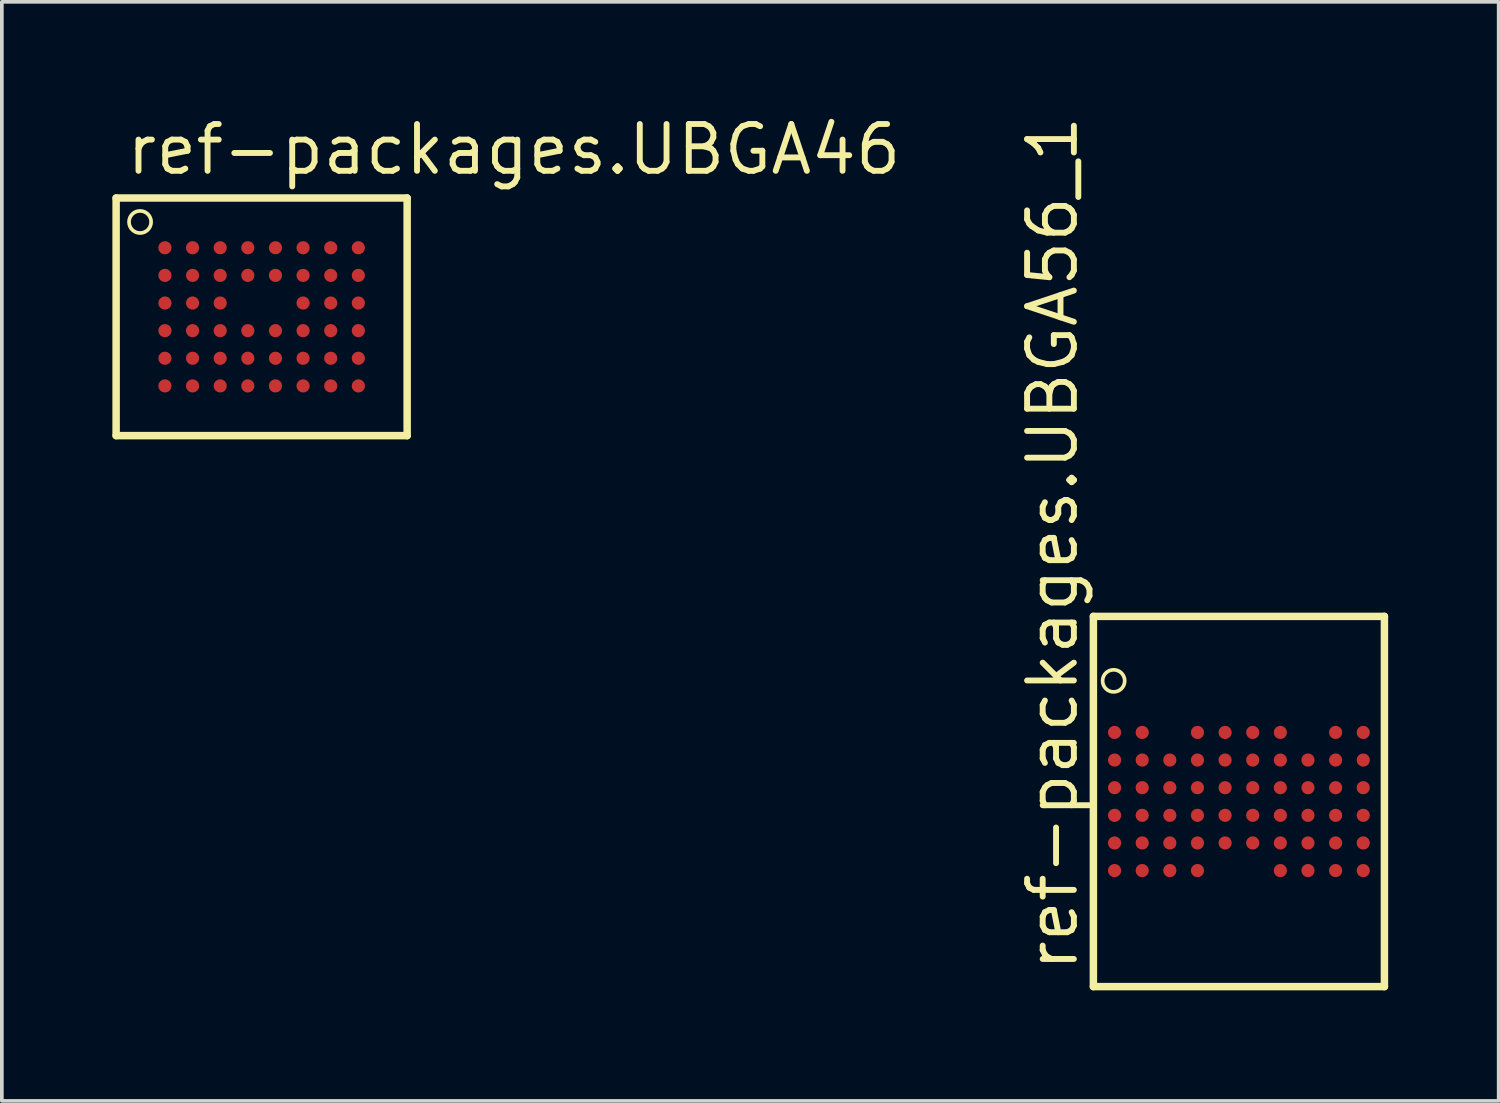
<source format=kicad_pcb>
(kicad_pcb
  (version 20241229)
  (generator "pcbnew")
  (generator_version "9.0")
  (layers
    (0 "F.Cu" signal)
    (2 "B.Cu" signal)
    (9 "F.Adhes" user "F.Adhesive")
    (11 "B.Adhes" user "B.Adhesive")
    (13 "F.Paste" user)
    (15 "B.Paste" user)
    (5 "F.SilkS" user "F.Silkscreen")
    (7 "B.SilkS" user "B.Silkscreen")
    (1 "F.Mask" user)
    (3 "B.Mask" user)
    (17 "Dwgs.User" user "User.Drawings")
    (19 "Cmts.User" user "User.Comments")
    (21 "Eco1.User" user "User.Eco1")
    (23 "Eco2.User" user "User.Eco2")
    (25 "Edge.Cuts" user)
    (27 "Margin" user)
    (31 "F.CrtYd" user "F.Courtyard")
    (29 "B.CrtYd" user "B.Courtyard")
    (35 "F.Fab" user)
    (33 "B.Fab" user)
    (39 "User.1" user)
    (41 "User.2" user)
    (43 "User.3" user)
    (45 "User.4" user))
  (footprint "ref-packages.UBGA46"
    (layer "F.Cu")
    (at 4.052 5.55)
    (property "Reference" "ref-packages.UBGA46" (at -3.75 -3.8 0) (layer "F.SilkS") (effects (font (size 1.27 1.27) (thickness 0.16)) (justify left bottom)))
    (attr smd)
    (fp_line (start -3.95 -3.225) (end -3.95 3.225) (stroke (width 0.203) (type default)) (layer "F.SilkS"))
    (fp_line (start -3.95 3.225) (end 3.95 3.225) (stroke (width 0.203) (type default)) (layer "F.SilkS"))
    (fp_line (start 3.95 -3.225) (end -3.95 -3.225) (stroke (width 0.203) (type default)) (layer "F.SilkS"))
    (fp_line (start 3.95 3.225) (end 3.95 -3.225) (stroke (width 0.203) (type default)) (layer "F.SilkS"))
    (fp_circle (center -3.3 -2.575) (end -3 -2.575) (stroke (width 0.1) (type default)) (fill no) (layer "F.SilkS"))
    (pad "A1" smd roundrect (at -2.625 -1.875) (size 0.36 0.36) (layers "F.Cu" "F.Mask" "F.Paste") (roundrect_rratio 0.5))
    (pad "A2" smd roundrect (at -1.875 -1.875) (size 0.36 0.36) (layers "F.Cu" "F.Mask" "F.Paste") (roundrect_rratio 0.5))
    (pad "A3" smd roundrect (at -1.125 -1.875) (size 0.36 0.36) (layers "F.Cu" "F.Mask" "F.Paste") (roundrect_rratio 0.5))
    (pad "A4" smd roundrect (at -0.375 -1.875) (size 0.36 0.36) (layers "F.Cu" "F.Mask" "F.Paste") (roundrect_rratio 0.5))
    (pad "A5" smd roundrect (at 0.375 -1.875) (size 0.36 0.36) (layers "F.Cu" "F.Mask" "F.Paste") (roundrect_rratio 0.5))
    (pad "A6" smd roundrect (at 1.125 -1.875) (size 0.36 0.36) (layers "F.Cu" "F.Mask" "F.Paste") (roundrect_rratio 0.5))
    (pad "A7" smd roundrect (at 1.875 -1.875) (size 0.36 0.36) (layers "F.Cu" "F.Mask" "F.Paste") (roundrect_rratio 0.5))
    (pad "A8" smd roundrect (at 2.625 -1.875) (size 0.36 0.36) (layers "F.Cu" "F.Mask" "F.Paste") (roundrect_rratio 0.5))
    (pad "B1" smd roundrect (at -2.625 -1.125) (size 0.36 0.36) (layers "F.Cu" "F.Mask" "F.Paste") (roundrect_rratio 0.5))
    (pad "B2" smd roundrect (at -1.875 -1.125) (size 0.36 0.36) (layers "F.Cu" "F.Mask" "F.Paste") (roundrect_rratio 0.5))
    (pad "B3" smd roundrect (at -1.125 -1.125) (size 0.36 0.36) (layers "F.Cu" "F.Mask" "F.Paste") (roundrect_rratio 0.5))
    (pad "B4" smd roundrect (at -0.375 -1.125) (size 0.36 0.36) (layers "F.Cu" "F.Mask" "F.Paste") (roundrect_rratio 0.5))
    (pad "B5" smd roundrect (at 0.375 -1.125) (size 0.36 0.36) (layers "F.Cu" "F.Mask" "F.Paste") (roundrect_rratio 0.5))
    (pad "B6" smd roundrect (at 1.125 -1.125) (size 0.36 0.36) (layers "F.Cu" "F.Mask" "F.Paste") (roundrect_rratio 0.5))
    (pad "B7" smd roundrect (at 1.875 -1.125) (size 0.36 0.36) (layers "F.Cu" "F.Mask" "F.Paste") (roundrect_rratio 0.5))
    (pad "B8" smd roundrect (at 2.625 -1.125) (size 0.36 0.36) (layers "F.Cu" "F.Mask" "F.Paste") (roundrect_rratio 0.5))
    (pad "C1" smd roundrect (at -2.625 -0.375) (size 0.36 0.36) (layers "F.Cu" "F.Mask" "F.Paste") (roundrect_rratio 0.5))
    (pad "C2" smd roundrect (at -1.875 -0.375) (size 0.36 0.36) (layers "F.Cu" "F.Mask" "F.Paste") (roundrect_rratio 0.5))
    (pad "C3" smd roundrect (at -1.125 -0.375) (size 0.36 0.36) (layers "F.Cu" "F.Mask" "F.Paste") (roundrect_rratio 0.5))
    (pad "C6" smd roundrect (at 1.125 -0.375) (size 0.36 0.36) (layers "F.Cu" "F.Mask" "F.Paste") (roundrect_rratio 0.5))
    (pad "C7" smd roundrect (at 1.875 -0.375) (size 0.36 0.36) (layers "F.Cu" "F.Mask" "F.Paste") (roundrect_rratio 0.5))
    (pad "C8" smd roundrect (at 2.625 -0.375) (size 0.36 0.36) (layers "F.Cu" "F.Mask" "F.Paste") (roundrect_rratio 0.5))
    (pad "D1" smd roundrect (at -2.625 0.375) (size 0.36 0.36) (layers "F.Cu" "F.Mask" "F.Paste") (roundrect_rratio 0.5))
    (pad "D2" smd roundrect (at -1.875 0.375) (size 0.36 0.36) (layers "F.Cu" "F.Mask" "F.Paste") (roundrect_rratio 0.5))
    (pad "D3" smd roundrect (at -1.125 0.375) (size 0.36 0.36) (layers "F.Cu" "F.Mask" "F.Paste") (roundrect_rratio 0.5))
    (pad "D4" smd roundrect (at -0.375 0.375) (size 0.36 0.36) (layers "F.Cu" "F.Mask" "F.Paste") (roundrect_rratio 0.5))
    (pad "D5" smd roundrect (at 0.375 0.375) (size 0.36 0.36) (layers "F.Cu" "F.Mask" "F.Paste") (roundrect_rratio 0.5))
    (pad "D6" smd roundrect (at 1.125 0.375) (size 0.36 0.36) (layers "F.Cu" "F.Mask" "F.Paste") (roundrect_rratio 0.5))
    (pad "D7" smd roundrect (at 1.875 0.375) (size 0.36 0.36) (layers "F.Cu" "F.Mask" "F.Paste") (roundrect_rratio 0.5))
    (pad "D8" smd roundrect (at 2.625 0.375) (size 0.36 0.36) (layers "F.Cu" "F.Mask" "F.Paste") (roundrect_rratio 0.5))
    (pad "E1" smd roundrect (at -2.625 1.125) (size 0.36 0.36) (layers "F.Cu" "F.Mask" "F.Paste") (roundrect_rratio 0.5))
    (pad "E2" smd roundrect (at -1.875 1.125) (size 0.36 0.36) (layers "F.Cu" "F.Mask" "F.Paste") (roundrect_rratio 0.5))
    (pad "E3" smd roundrect (at -1.125 1.125) (size 0.36 0.36) (layers "F.Cu" "F.Mask" "F.Paste") (roundrect_rratio 0.5))
    (pad "E4" smd roundrect (at -0.375 1.125) (size 0.36 0.36) (layers "F.Cu" "F.Mask" "F.Paste") (roundrect_rratio 0.5))
    (pad "E5" smd roundrect (at 0.375 1.125) (size 0.36 0.36) (layers "F.Cu" "F.Mask" "F.Paste") (roundrect_rratio 0.5))
    (pad "E6" smd roundrect (at 1.125 1.125) (size 0.36 0.36) (layers "F.Cu" "F.Mask" "F.Paste") (roundrect_rratio 0.5))
    (pad "E7" smd roundrect (at 1.875 1.125) (size 0.36 0.36) (layers "F.Cu" "F.Mask" "F.Paste") (roundrect_rratio 0.5))
    (pad "E8" smd roundrect (at 2.625 1.125) (size 0.36 0.36) (layers "F.Cu" "F.Mask" "F.Paste") (roundrect_rratio 0.5))
    (pad "F1" smd roundrect (at -2.625 1.875) (size 0.36 0.36) (layers "F.Cu" "F.Mask" "F.Paste") (roundrect_rratio 0.5))
    (pad "F2" smd roundrect (at -1.875 1.875) (size 0.36 0.36) (layers "F.Cu" "F.Mask" "F.Paste") (roundrect_rratio 0.5))
    (pad "F3" smd roundrect (at -1.125 1.875) (size 0.36 0.36) (layers "F.Cu" "F.Mask" "F.Paste") (roundrect_rratio 0.5))
    (pad "F4" smd roundrect (at -0.375 1.875) (size 0.36 0.36) (layers "F.Cu" "F.Mask" "F.Paste") (roundrect_rratio 0.5))
    (pad "F5" smd roundrect (at 0.375 1.875) (size 0.36 0.36) (layers "F.Cu" "F.Mask" "F.Paste") (roundrect_rratio 0.5))
    (pad "F6" smd roundrect (at 1.125 1.875) (size 0.36 0.36) (layers "F.Cu" "F.Mask" "F.Paste") (roundrect_rratio 0.5))
    (pad "F7" smd roundrect (at 1.875 1.875) (size 0.36 0.36) (layers "F.Cu" "F.Mask" "F.Paste") (roundrect_rratio 0.5))
    (pad "F8" smd roundrect (at 2.625 1.875) (size 0.36 0.36) (layers "F.Cu" "F.Mask" "F.Paste") (roundrect_rratio 0.5)))
  (footprint "ref-packages.UBGA56_1"
    (layer "F.Cu")
    (at 30.579 18.706)
    (property "Reference" "ref-packages.UBGA56_1" (at -4.316 4.682 90) (layer "F.SilkS") (effects (font (size 1.27 1.27) (thickness 0.16)) (justify left bottom)))
    (attr smd)
    (fp_line (start -3.95 -5.025) (end -3.95 5.025) (stroke (width 0.203) (type default)) (layer "F.SilkS"))
    (fp_line (start -3.95 5.025) (end 3.95 5.025) (stroke (width 0.203) (type default)) (layer "F.SilkS"))
    (fp_line (start 3.95 -5.025) (end -3.95 -5.025) (stroke (width 0.203) (type default)) (layer "F.SilkS"))
    (fp_line (start 3.95 5.025) (end 3.95 -5.025) (stroke (width 0.203) (type default)) (layer "F.SilkS"))
    (fp_circle (center -3.4 -3.275) (end -3.1 -3.275) (stroke (width 0.1) (type default)) (fill no) (layer "F.SilkS"))
    (pad "A1" smd roundrect (at -3.375 -1.875) (size 0.36 0.36) (layers "F.Cu" "F.Mask" "F.Paste") (roundrect_rratio 0.5))
    (pad "A2" smd roundrect (at -2.625 -1.875) (size 0.36 0.36) (layers "F.Cu" "F.Mask" "F.Paste") (roundrect_rratio 0.5))
    (pad "A4" smd roundrect (at -1.125 -1.875) (size 0.36 0.36) (layers "F.Cu" "F.Mask" "F.Paste") (roundrect_rratio 0.5))
    (pad "A5" smd roundrect (at -0.375 -1.875) (size 0.36 0.36) (layers "F.Cu" "F.Mask" "F.Paste") (roundrect_rratio 0.5))
    (pad "A6" smd roundrect (at 0.375 -1.875) (size 0.36 0.36) (layers "F.Cu" "F.Mask" "F.Paste") (roundrect_rratio 0.5))
    (pad "A7" smd roundrect (at 1.125 -1.875) (size 0.36 0.36) (layers "F.Cu" "F.Mask" "F.Paste") (roundrect_rratio 0.5))
    (pad "A9" smd roundrect (at 2.625 -1.875) (size 0.36 0.36) (layers "F.Cu" "F.Mask" "F.Paste") (roundrect_rratio 0.5))
    (pad "A10" smd roundrect (at 3.375 -1.875) (size 0.36 0.36) (layers "F.Cu" "F.Mask" "F.Paste") (roundrect_rratio 0.5))
    (pad "B1" smd roundrect (at -3.375 -1.125) (size 0.36 0.36) (layers "F.Cu" "F.Mask" "F.Paste") (roundrect_rratio 0.5))
    (pad "B2" smd roundrect (at -2.625 -1.125) (size 0.36 0.36) (layers "F.Cu" "F.Mask" "F.Paste") (roundrect_rratio 0.5))
    (pad "B3" smd roundrect (at -1.875 -1.125) (size 0.36 0.36) (layers "F.Cu" "F.Mask" "F.Paste") (roundrect_rratio 0.5))
    (pad "B4" smd roundrect (at -1.125 -1.125) (size 0.36 0.36) (layers "F.Cu" "F.Mask" "F.Paste") (roundrect_rratio 0.5))
    (pad "B5" smd roundrect (at -0.375 -1.125) (size 0.36 0.36) (layers "F.Cu" "F.Mask" "F.Paste") (roundrect_rratio 0.5))
    (pad "B6" smd roundrect (at 0.375 -1.125) (size 0.36 0.36) (layers "F.Cu" "F.Mask" "F.Paste") (roundrect_rratio 0.5))
    (pad "B7" smd roundrect (at 1.125 -1.125) (size 0.36 0.36) (layers "F.Cu" "F.Mask" "F.Paste") (roundrect_rratio 0.5))
    (pad "B8" smd roundrect (at 1.875 -1.125) (size 0.36 0.36) (layers "F.Cu" "F.Mask" "F.Paste") (roundrect_rratio 0.5))
    (pad "B9" smd roundrect (at 2.625 -1.125) (size 0.36 0.36) (layers "F.Cu" "F.Mask" "F.Paste") (roundrect_rratio 0.5))
    (pad "B10" smd roundrect (at 3.375 -1.125) (size 0.36 0.36) (layers "F.Cu" "F.Mask" "F.Paste") (roundrect_rratio 0.5))
    (pad "C1" smd roundrect (at -3.375 -0.375) (size 0.36 0.36) (layers "F.Cu" "F.Mask" "F.Paste") (roundrect_rratio 0.5))
    (pad "C2" smd roundrect (at -2.625 -0.375) (size 0.36 0.36) (layers "F.Cu" "F.Mask" "F.Paste") (roundrect_rratio 0.5))
    (pad "C3" smd roundrect (at -1.875 -0.375) (size 0.36 0.36) (layers "F.Cu" "F.Mask" "F.Paste") (roundrect_rratio 0.5))
    (pad "C4" smd roundrect (at -1.125 -0.375) (size 0.36 0.36) (layers "F.Cu" "F.Mask" "F.Paste") (roundrect_rratio 0.5))
    (pad "C5" smd roundrect (at -0.375 -0.375) (size 0.36 0.36) (layers "F.Cu" "F.Mask" "F.Paste") (roundrect_rratio 0.5))
    (pad "C6" smd roundrect (at 0.375 -0.375) (size 0.36 0.36) (layers "F.Cu" "F.Mask" "F.Paste") (roundrect_rratio 0.5))
    (pad "C7" smd roundrect (at 1.125 -0.375) (size 0.36 0.36) (layers "F.Cu" "F.Mask" "F.Paste") (roundrect_rratio 0.5))
    (pad "C8" smd roundrect (at 1.875 -0.375) (size 0.36 0.36) (layers "F.Cu" "F.Mask" "F.Paste") (roundrect_rratio 0.5))
    (pad "C9" smd roundrect (at 2.625 -0.375) (size 0.36 0.36) (layers "F.Cu" "F.Mask" "F.Paste") (roundrect_rratio 0.5))
    (pad "C10" smd roundrect (at 3.375 -0.375) (size 0.36 0.36) (layers "F.Cu" "F.Mask" "F.Paste") (roundrect_rratio 0.5))
    (pad "D1" smd roundrect (at -3.375 0.375) (size 0.36 0.36) (layers "F.Cu" "F.Mask" "F.Paste") (roundrect_rratio 0.5))
    (pad "D2" smd roundrect (at -2.625 0.375) (size 0.36 0.36) (layers "F.Cu" "F.Mask" "F.Paste") (roundrect_rratio 0.5))
    (pad "D3" smd roundrect (at -1.875 0.375) (size 0.36 0.36) (layers "F.Cu" "F.Mask" "F.Paste") (roundrect_rratio 0.5))
    (pad "D4" smd roundrect (at -1.125 0.375) (size 0.36 0.36) (layers "F.Cu" "F.Mask" "F.Paste") (roundrect_rratio 0.5))
    (pad "D5" smd roundrect (at -0.375 0.375) (size 0.36 0.36) (layers "F.Cu" "F.Mask" "F.Paste") (roundrect_rratio 0.5))
    (pad "D6" smd roundrect (at 0.375 0.375) (size 0.36 0.36) (layers "F.Cu" "F.Mask" "F.Paste") (roundrect_rratio 0.5))
    (pad "D7" smd roundrect (at 1.125 0.375) (size 0.36 0.36) (layers "F.Cu" "F.Mask" "F.Paste") (roundrect_rratio 0.5))
    (pad "D8" smd roundrect (at 1.875 0.375) (size 0.36 0.36) (layers "F.Cu" "F.Mask" "F.Paste") (roundrect_rratio 0.5))
    (pad "D9" smd roundrect (at 2.625 0.375) (size 0.36 0.36) (layers "F.Cu" "F.Mask" "F.Paste") (roundrect_rratio 0.5))
    (pad "D10" smd roundrect (at 3.375 0.375) (size 0.36 0.36) (layers "F.Cu" "F.Mask" "F.Paste") (roundrect_rratio 0.5))
    (pad "E1" smd roundrect (at -3.375 1.125) (size 0.36 0.36) (layers "F.Cu" "F.Mask" "F.Paste") (roundrect_rratio 0.5))
    (pad "E2" smd roundrect (at -2.625 1.125) (size 0.36 0.36) (layers "F.Cu" "F.Mask" "F.Paste") (roundrect_rratio 0.5))
    (pad "E3" smd roundrect (at -1.875 1.125) (size 0.36 0.36) (layers "F.Cu" "F.Mask" "F.Paste") (roundrect_rratio 0.5))
    (pad "E4" smd roundrect (at -1.125 1.125) (size 0.36 0.36) (layers "F.Cu" "F.Mask" "F.Paste") (roundrect_rratio 0.5))
    (pad "E5" smd roundrect (at -0.375 1.125) (size 0.36 0.36) (layers "F.Cu" "F.Mask" "F.Paste") (roundrect_rratio 0.5))
    (pad "E6" smd roundrect (at 0.375 1.125) (size 0.36 0.36) (layers "F.Cu" "F.Mask" "F.Paste") (roundrect_rratio 0.5))
    (pad "E7" smd roundrect (at 1.125 1.125) (size 0.36 0.36) (layers "F.Cu" "F.Mask" "F.Paste") (roundrect_rratio 0.5))
    (pad "E8" smd roundrect (at 1.875 1.125) (size 0.36 0.36) (layers "F.Cu" "F.Mask" "F.Paste") (roundrect_rratio 0.5))
    (pad "E9" smd roundrect (at 2.625 1.125) (size 0.36 0.36) (layers "F.Cu" "F.Mask" "F.Paste") (roundrect_rratio 0.5))
    (pad "E10" smd roundrect (at 3.375 1.125) (size 0.36 0.36) (layers "F.Cu" "F.Mask" "F.Paste") (roundrect_rratio 0.5))
    (pad "F1" smd roundrect (at -3.375 1.875) (size 0.36 0.36) (layers "F.Cu" "F.Mask" "F.Paste") (roundrect_rratio 0.5))
    (pad "F2" smd roundrect (at -2.625 1.875) (size 0.36 0.36) (layers "F.Cu" "F.Mask" "F.Paste") (roundrect_rratio 0.5))
    (pad "F3" smd roundrect (at -1.875 1.875) (size 0.36 0.36) (layers "F.Cu" "F.Mask" "F.Paste") (roundrect_rratio 0.5))
    (pad "F4" smd roundrect (at -1.125 1.875) (size 0.36 0.36) (layers "F.Cu" "F.Mask" "F.Paste") (roundrect_rratio 0.5))
    (pad "F7" smd roundrect (at 1.125 1.875) (size 0.36 0.36) (layers "F.Cu" "F.Mask" "F.Paste") (roundrect_rratio 0.5))
    (pad "F8" smd roundrect (at 1.875 1.875) (size 0.36 0.36) (layers "F.Cu" "F.Mask" "F.Paste") (roundrect_rratio 0.5))
    (pad "F9" smd roundrect (at 2.625 1.875) (size 0.36 0.36) (layers "F.Cu" "F.Mask" "F.Paste") (roundrect_rratio 0.5))
    (pad "F10" smd roundrect (at 3.375 1.875) (size 0.36 0.36) (layers "F.Cu" "F.Mask" "F.Paste") (roundrect_rratio 0.5)))
  (gr_rect
    (start -3 -3)
    (end 37.63 26.833)
    (stroke (width 0.1) (type default))
    (fill no)
    (layer "Edge.Cuts")))
</source>
